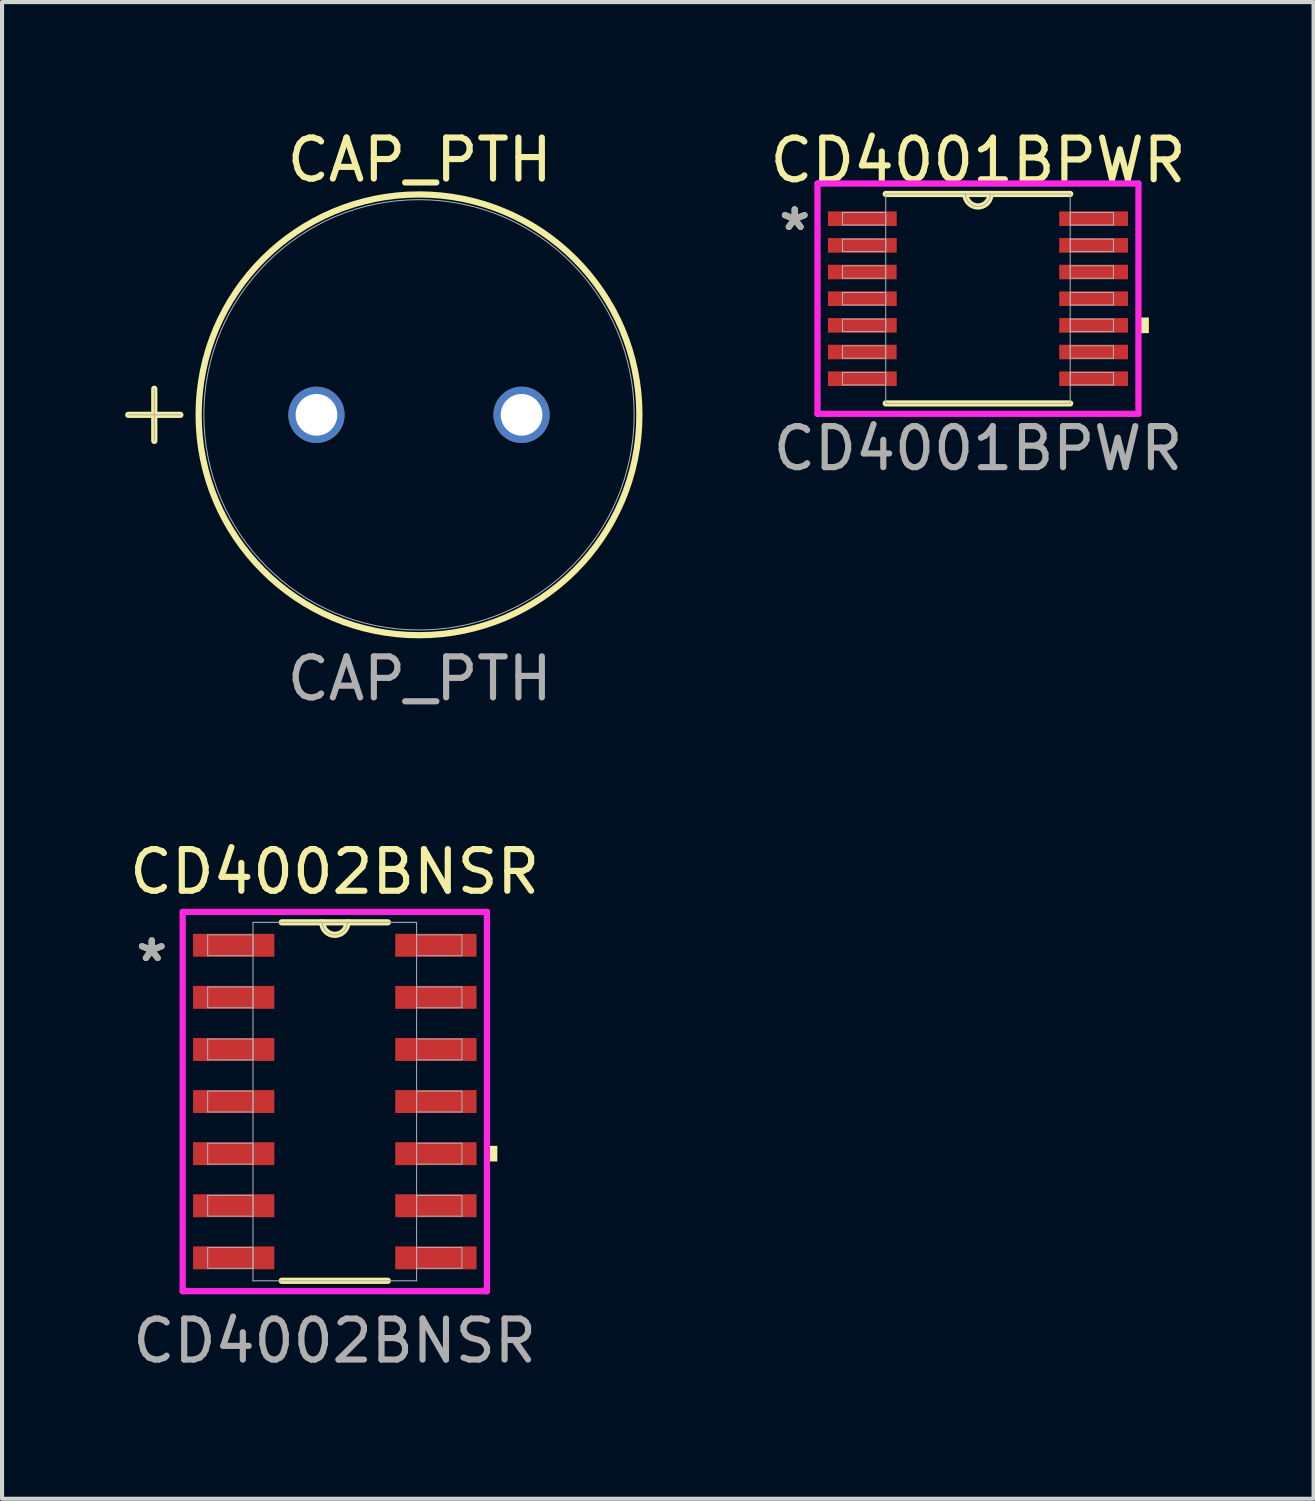
<source format=kicad_pcb>
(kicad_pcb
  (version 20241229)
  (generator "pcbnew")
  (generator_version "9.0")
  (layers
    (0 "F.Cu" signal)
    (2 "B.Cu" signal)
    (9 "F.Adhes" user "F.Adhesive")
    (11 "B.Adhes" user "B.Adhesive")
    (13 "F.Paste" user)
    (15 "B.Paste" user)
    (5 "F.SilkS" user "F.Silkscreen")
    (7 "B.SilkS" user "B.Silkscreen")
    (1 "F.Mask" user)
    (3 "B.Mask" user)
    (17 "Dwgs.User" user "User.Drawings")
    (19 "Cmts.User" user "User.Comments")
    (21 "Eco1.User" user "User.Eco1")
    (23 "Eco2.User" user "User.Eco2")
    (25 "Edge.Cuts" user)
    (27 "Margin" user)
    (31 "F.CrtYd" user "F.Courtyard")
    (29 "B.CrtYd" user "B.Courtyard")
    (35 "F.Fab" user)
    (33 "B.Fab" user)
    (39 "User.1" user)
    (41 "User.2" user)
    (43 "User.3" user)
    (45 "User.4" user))
  (footprint "CAP_PTH"
    (layer "F.Cu")
    (at 4.664 7.062)
    (property "Reference" "CAP_PTH" (at 2.518 -6.214 0) (unlocked yes) (layer "F.SilkS") (effects (font (size 1 1) (thickness 0.15))))
    (attr through_hole)
    (fp_line (start -4.588 0.000276) (end -3.318 0.000276) (stroke (width 0.152) (type solid)) (layer "F.SilkS"))
    (fp_line (start -3.953 -0.635) (end -3.953 0.635) (stroke (width 0.152) (type solid)) (layer "F.SilkS"))
    (fp_circle (center 2.5 0) (end 7.872 0) (stroke (width 0.152) (type solid)) (fill no) (layer "F.SilkS"))
    (fp_line (start -4.588 0.000276) (end -3.318 0.000276) (stroke (width 0.025) (type solid)) (layer "F.Fab"))
    (fp_line (start -3.953 -0.635) (end -3.953 0.635) (stroke (width 0.025) (type solid)) (layer "F.Fab"))
    (fp_circle (center 2.5 0) (end 7.745 0) (stroke (width 0.025) (type solid)) (fill no) (layer "F.Fab"))
    (fp_text user "${REFERENCE}" (at 2.518 6.433 0) (unlocked yes) (layer "F.Fab") (effects (font (size 1 1) (thickness 0.15))))
    (pad "1" thru_hole circle (at 0 0) (size 1.372 1.372) (drill 1.016) (layers "*.Cu" "*.Mask"))
    (pad "2" thru_hole circle (at 5 0) (size 1.372 1.372) (drill 1.016) (layers "*.Cu" "*.Mask")))
  (footprint "CD4001BPWR"
    (layer "F.Cu")
    (at 20.789 4.231)
    (property "Reference" "CD4001BPWR" (at 0.002 -3.373 0) (unlocked yes) (layer "F.SilkS") (effects (font (size 1.016 1.016) (thickness 0.15))))
    (attr smd)
    (fp_line (start -2.248 2.553) (end 2.248 2.553) (stroke (width 0.152) (type solid)) (layer "F.SilkS"))
    (fp_line (start 2.248 -2.553) (end -2.248 -2.553) (stroke (width 0.152) (type solid)) (layer "F.SilkS"))
    (fp_arc (start 0.3048 -2.5527) (mid 0 -2.2479) (end -0.3048 -2.5527) (stroke (width 0.1524) (type solid)) (layer "F.SilkS"))
    (fp_poly (pts (xy 4.166 0.459) (xy 4.166 0.84) (xy 3.912 0.84) (xy 3.912 0.459)) (stroke (width 0) (type solid)) (fill yes) (layer "F.SilkS"))
    (fp_line (start -3.912 -2.807) (end 3.912 -2.807) (stroke (width 0.152) (type solid)) (layer "F.CrtYd"))
    (fp_line (start -3.912 2.807) (end -3.912 -2.807) (stroke (width 0.152) (type solid)) (layer "F.CrtYd"))
    (fp_line (start 3.912 -2.807) (end 3.912 2.807) (stroke (width 0.152) (type solid)) (layer "F.CrtYd"))
    (fp_line (start 3.912 2.807) (end -3.912 2.807) (stroke (width 0.152) (type solid)) (layer "F.CrtYd"))
    (fp_line (start -3.302 -2.102) (end -3.302 -1.798) (stroke (width 0.025) (type solid)) (layer "F.Fab"))
    (fp_line (start -3.302 -1.798) (end -2.248 -1.798) (stroke (width 0.025) (type solid)) (layer "F.Fab"))
    (fp_line (start -3.302 -1.452) (end -3.302 -1.148) (stroke (width 0.025) (type solid)) (layer "F.Fab"))
    (fp_line (start -3.302 -1.148) (end -2.248 -1.148) (stroke (width 0.025) (type solid)) (layer "F.Fab"))
    (fp_line (start -3.302 -0.802) (end -3.302 -0.498) (stroke (width 0.025) (type solid)) (layer "F.Fab"))
    (fp_line (start -3.302 -0.498) (end -2.248 -0.498) (stroke (width 0.025) (type solid)) (layer "F.Fab"))
    (fp_line (start -3.302 -0.152) (end -3.302 0.152) (stroke (width 0.025) (type solid)) (layer "F.Fab"))
    (fp_line (start -3.302 0.152) (end -2.248 0.152) (stroke (width 0.025) (type solid)) (layer "F.Fab"))
    (fp_line (start -3.302 0.498) (end -3.302 0.802) (stroke (width 0.025) (type solid)) (layer "F.Fab"))
    (fp_line (start -3.302 0.802) (end -2.248 0.802) (stroke (width 0.025) (type solid)) (layer "F.Fab"))
    (fp_line (start -3.302 1.148) (end -3.302 1.452) (stroke (width 0.025) (type solid)) (layer "F.Fab"))
    (fp_line (start -3.302 1.452) (end -2.248 1.452) (stroke (width 0.025) (type solid)) (layer "F.Fab"))
    (fp_line (start -3.302 1.798) (end -3.302 2.102) (stroke (width 0.025) (type solid)) (layer "F.Fab"))
    (fp_line (start -3.302 2.102) (end -2.248 2.102) (stroke (width 0.025) (type solid)) (layer "F.Fab"))
    (fp_line (start -2.248 -2.553) (end -2.248 2.553) (stroke (width 0.025) (type solid)) (layer "F.Fab"))
    (fp_line (start -2.248 -2.102) (end -3.302 -2.102) (stroke (width 0.025) (type solid)) (layer "F.Fab"))
    (fp_line (start -2.248 -1.798) (end -2.248 -2.102) (stroke (width 0.025) (type solid)) (layer "F.Fab"))
    (fp_line (start -2.248 -1.452) (end -3.302 -1.452) (stroke (width 0.025) (type solid)) (layer "F.Fab"))
    (fp_line (start -2.248 -1.148) (end -2.248 -1.452) (stroke (width 0.025) (type solid)) (layer "F.Fab"))
    (fp_line (start -2.248 -0.802) (end -3.302 -0.802) (stroke (width 0.025) (type solid)) (layer "F.Fab"))
    (fp_line (start -2.248 -0.498) (end -2.248 -0.802) (stroke (width 0.025) (type solid)) (layer "F.Fab"))
    (fp_line (start -2.248 -0.152) (end -3.302 -0.152) (stroke (width 0.025) (type solid)) (layer "F.Fab"))
    (fp_line (start -2.248 0.152) (end -2.248 -0.152) (stroke (width 0.025) (type solid)) (layer "F.Fab"))
    (fp_line (start -2.248 0.498) (end -3.302 0.498) (stroke (width 0.025) (type solid)) (layer "F.Fab"))
    (fp_line (start -2.248 0.802) (end -2.248 0.498) (stroke (width 0.025) (type solid)) (layer "F.Fab"))
    (fp_line (start -2.248 1.148) (end -3.302 1.148) (stroke (width 0.025) (type solid)) (layer "F.Fab"))
    (fp_line (start -2.248 1.452) (end -2.248 1.148) (stroke (width 0.025) (type solid)) (layer "F.Fab"))
    (fp_line (start -2.248 1.798) (end -3.302 1.798) (stroke (width 0.025) (type solid)) (layer "F.Fab"))
    (fp_line (start -2.248 2.102) (end -2.248 1.798) (stroke (width 0.025) (type solid)) (layer "F.Fab"))
    (fp_line (start -2.248 2.553) (end 2.248 2.553) (stroke (width 0.025) (type solid)) (layer "F.Fab"))
    (fp_line (start 2.248 -2.553) (end -2.248 -2.553) (stroke (width 0.025) (type solid)) (layer "F.Fab"))
    (fp_line (start 2.248 -2.102) (end 2.248 -1.798) (stroke (width 0.025) (type solid)) (layer "F.Fab"))
    (fp_line (start 2.248 -1.798) (end 3.302 -1.798) (stroke (width 0.025) (type solid)) (layer "F.Fab"))
    (fp_line (start 2.248 -1.452) (end 2.248 -1.148) (stroke (width 0.025) (type solid)) (layer "F.Fab"))
    (fp_line (start 2.248 -1.148) (end 3.302 -1.148) (stroke (width 0.025) (type solid)) (layer "F.Fab"))
    (fp_line (start 2.248 -0.802) (end 2.248 -0.498) (stroke (width 0.025) (type solid)) (layer "F.Fab"))
    (fp_line (start 2.248 -0.498) (end 3.302 -0.498) (stroke (width 0.025) (type solid)) (layer "F.Fab"))
    (fp_line (start 2.248 -0.152) (end 2.248 0.152) (stroke (width 0.025) (type solid)) (layer "F.Fab"))
    (fp_line (start 2.248 0.152) (end 3.302 0.152) (stroke (width 0.025) (type solid)) (layer "F.Fab"))
    (fp_line (start 2.248 0.498) (end 2.248 0.802) (stroke (width 0.025) (type solid)) (layer "F.Fab"))
    (fp_line (start 2.248 0.802) (end 3.302 0.802) (stroke (width 0.025) (type solid)) (layer "F.Fab"))
    (fp_line (start 2.248 1.148) (end 2.248 1.452) (stroke (width 0.025) (type solid)) (layer "F.Fab"))
    (fp_line (start 2.248 1.452) (end 3.302 1.452) (stroke (width 0.025) (type solid)) (layer "F.Fab"))
    (fp_line (start 2.248 1.798) (end 2.248 2.102) (stroke (width 0.025) (type solid)) (layer "F.Fab"))
    (fp_line (start 2.248 2.102) (end 3.302 2.102) (stroke (width 0.025) (type solid)) (layer "F.Fab"))
    (fp_line (start 2.248 2.553) (end 2.248 -2.553) (stroke (width 0.025) (type solid)) (layer "F.Fab"))
    (fp_line (start 3.302 -2.102) (end 2.248 -2.102) (stroke (width 0.025) (type solid)) (layer "F.Fab"))
    (fp_line (start 3.302 -1.798) (end 3.302 -2.102) (stroke (width 0.025) (type solid)) (layer "F.Fab"))
    (fp_line (start 3.302 -1.452) (end 2.248 -1.452) (stroke (width 0.025) (type solid)) (layer "F.Fab"))
    (fp_line (start 3.302 -1.148) (end 3.302 -1.452) (stroke (width 0.025) (type solid)) (layer "F.Fab"))
    (fp_line (start 3.302 -0.802) (end 2.248 -0.802) (stroke (width 0.025) (type solid)) (layer "F.Fab"))
    (fp_line (start 3.302 -0.498) (end 3.302 -0.802) (stroke (width 0.025) (type solid)) (layer "F.Fab"))
    (fp_line (start 3.302 -0.152) (end 2.248 -0.152) (stroke (width 0.025) (type solid)) (layer "F.Fab"))
    (fp_line (start 3.302 0.152) (end 3.302 -0.152) (stroke (width 0.025) (type solid)) (layer "F.Fab"))
    (fp_line (start 3.302 0.498) (end 2.248 0.498) (stroke (width 0.025) (type solid)) (layer "F.Fab"))
    (fp_line (start 3.302 0.802) (end 3.302 0.498) (stroke (width 0.025) (type solid)) (layer "F.Fab"))
    (fp_line (start 3.302 1.148) (end 2.248 1.148) (stroke (width 0.025) (type solid)) (layer "F.Fab"))
    (fp_line (start 3.302 1.452) (end 3.302 1.148) (stroke (width 0.025) (type solid)) (layer "F.Fab"))
    (fp_line (start 3.302 1.798) (end 2.248 1.798) (stroke (width 0.025) (type solid)) (layer "F.Fab"))
    (fp_line (start 3.302 2.102) (end 3.302 1.798) (stroke (width 0.025) (type solid)) (layer "F.Fab"))
    (fp_arc (start 0.3048 -2.5527) (mid 0 -2.2479) (end -0.3048 -2.5527) (stroke (width 0.0254) (type solid)) (layer "F.Fab"))
    (fp_text user "*" (at -4.467 -1.634 0) (layer "F.SilkS") (effects (font (size 1 1) (thickness 0.15))))
    (fp_text user "${REFERENCE}" (at 0.002 3.651 0) (unlocked yes) (layer "F.Fab") (effects (font (size 1 1) (thickness 0.15))))
    (fp_text user "*" (at -4.467 -1.634 0) (layer "F.Fab") (effects (font (size 1 1) (thickness 0.15))))
    (pad "1" smd rect (at -2.819 -1.95) (size 1.676 0.356) (layers "F.Cu" "F.Mask" "F.Paste"))
    (pad "2" smd rect (at -2.819 -1.3) (size 1.676 0.356) (layers "F.Cu" "F.Mask" "F.Paste"))
    (pad "3" smd rect (at -2.819 -0.65) (size 1.676 0.356) (layers "F.Cu" "F.Mask" "F.Paste"))
    (pad "4" smd rect (at -2.819 0) (size 1.676 0.356) (layers "F.Cu" "F.Mask" "F.Paste"))
    (pad "5" smd rect (at -2.819 0.65) (size 1.676 0.356) (layers "F.Cu" "F.Mask" "F.Paste"))
    (pad "6" smd rect (at -2.819 1.3) (size 1.676 0.356) (layers "F.Cu" "F.Mask" "F.Paste"))
    (pad "7" smd rect (at -2.819 1.95) (size 1.676 0.356) (layers "F.Cu" "F.Mask" "F.Paste"))
    (pad "8" smd rect (at 2.819 1.95) (size 1.676 0.356) (layers "F.Cu" "F.Mask" "F.Paste"))
    (pad "9" smd rect (at 2.819 1.3) (size 1.676 0.356) (layers "F.Cu" "F.Mask" "F.Paste"))
    (pad "10" smd rect (at 2.819 0.65) (size 1.676 0.356) (layers "F.Cu" "F.Mask" "F.Paste"))
    (pad "11" smd rect (at 2.819 0) (size 1.676 0.356) (layers "F.Cu" "F.Mask" "F.Paste"))
    (pad "12" smd rect (at 2.819 -0.65) (size 1.676 0.356) (layers "F.Cu" "F.Mask" "F.Paste"))
    (pad "13" smd rect (at 2.819 -1.3) (size 1.676 0.356) (layers "F.Cu" "F.Mask" "F.Paste"))
    (pad "14" smd rect (at 2.819 -1.95) (size 1.676 0.356) (layers "F.Cu" "F.Mask" "F.Paste")))
  (footprint "CD4002BNSR"
    (layer "F.Cu")
    (at 5.111 23.802)
    (property "Reference" "CD4002BNSR" (at -0.004 -5.601 0) (unlocked yes) (layer "F.SilkS") (effects (font (size 1.016 1.016) (thickness 0.15))))
    (attr smd)
    (fp_line (start -1.293 4.369) (end 1.293 4.369) (stroke (width 0.152) (type solid)) (layer "F.SilkS"))
    (fp_line (start 1.293 -4.369) (end -1.293 -4.369) (stroke (width 0.152) (type solid)) (layer "F.SilkS"))
    (fp_arc (start 0.3048 -4.3688) (mid 0 -4.064) (end -0.3048 -4.3688) (stroke (width 0.1524) (type solid)) (layer "F.SilkS"))
    (fp_poly (pts (xy 3.962 1.079) (xy 3.962 1.46) (xy 3.708 1.46) (xy 3.708 1.079)) (stroke (width 0) (type solid)) (fill yes) (layer "F.SilkS"))
    (fp_line (start -3.708 -4.623) (end 3.708 -4.623) (stroke (width 0.152) (type solid)) (layer "F.CrtYd"))
    (fp_line (start -3.708 4.623) (end -3.708 -4.623) (stroke (width 0.152) (type solid)) (layer "F.CrtYd"))
    (fp_line (start 3.708 -4.623) (end 3.708 4.623) (stroke (width 0.152) (type solid)) (layer "F.CrtYd"))
    (fp_line (start 3.708 4.623) (end -3.708 4.623) (stroke (width 0.152) (type solid)) (layer "F.CrtYd"))
    (fp_line (start -3.099 -4.064) (end -3.099 -3.556) (stroke (width 0.025) (type solid)) (layer "F.Fab"))
    (fp_line (start -3.099 -3.556) (end -1.994 -3.556) (stroke (width 0.025) (type solid)) (layer "F.Fab"))
    (fp_line (start -3.099 -2.794) (end -3.099 -2.286) (stroke (width 0.025) (type solid)) (layer "F.Fab"))
    (fp_line (start -3.099 -2.286) (end -1.994 -2.286) (stroke (width 0.025) (type solid)) (layer "F.Fab"))
    (fp_line (start -3.099 -1.524) (end -3.099 -1.016) (stroke (width 0.025) (type solid)) (layer "F.Fab"))
    (fp_line (start -3.099 -1.016) (end -1.994 -1.016) (stroke (width 0.025) (type solid)) (layer "F.Fab"))
    (fp_line (start -3.099 -0.254) (end -3.099 0.254) (stroke (width 0.025) (type solid)) (layer "F.Fab"))
    (fp_line (start -3.099 0.254) (end -1.994 0.254) (stroke (width 0.025) (type solid)) (layer "F.Fab"))
    (fp_line (start -3.099 1.016) (end -3.099 1.524) (stroke (width 0.025) (type solid)) (layer "F.Fab"))
    (fp_line (start -3.099 1.524) (end -1.994 1.524) (stroke (width 0.025) (type solid)) (layer "F.Fab"))
    (fp_line (start -3.099 2.286) (end -3.099 2.794) (stroke (width 0.025) (type solid)) (layer "F.Fab"))
    (fp_line (start -3.099 2.794) (end -1.994 2.794) (stroke (width 0.025) (type solid)) (layer "F.Fab"))
    (fp_line (start -3.099 3.556) (end -3.099 4.064) (stroke (width 0.025) (type solid)) (layer "F.Fab"))
    (fp_line (start -3.099 4.064) (end -1.994 4.064) (stroke (width 0.025) (type solid)) (layer "F.Fab"))
    (fp_line (start -1.994 -4.369) (end -1.994 4.369) (stroke (width 0.025) (type solid)) (layer "F.Fab"))
    (fp_line (start -1.994 -4.064) (end -3.099 -4.064) (stroke (width 0.025) (type solid)) (layer "F.Fab"))
    (fp_line (start -1.994 -3.556) (end -1.994 -4.064) (stroke (width 0.025) (type solid)) (layer "F.Fab"))
    (fp_line (start -1.994 -2.794) (end -3.099 -2.794) (stroke (width 0.025) (type solid)) (layer "F.Fab"))
    (fp_line (start -1.994 -2.286) (end -1.994 -2.794) (stroke (width 0.025) (type solid)) (layer "F.Fab"))
    (fp_line (start -1.994 -1.524) (end -3.099 -1.524) (stroke (width 0.025) (type solid)) (layer "F.Fab"))
    (fp_line (start -1.994 -1.016) (end -1.994 -1.524) (stroke (width 0.025) (type solid)) (layer "F.Fab"))
    (fp_line (start -1.994 -0.254) (end -3.099 -0.254) (stroke (width 0.025) (type solid)) (layer "F.Fab"))
    (fp_line (start -1.994 0.254) (end -1.994 -0.254) (stroke (width 0.025) (type solid)) (layer "F.Fab"))
    (fp_line (start -1.994 1.016) (end -3.099 1.016) (stroke (width 0.025) (type solid)) (layer "F.Fab"))
    (fp_line (start -1.994 1.524) (end -1.994 1.016) (stroke (width 0.025) (type solid)) (layer "F.Fab"))
    (fp_line (start -1.994 2.286) (end -3.099 2.286) (stroke (width 0.025) (type solid)) (layer "F.Fab"))
    (fp_line (start -1.994 2.794) (end -1.994 2.286) (stroke (width 0.025) (type solid)) (layer "F.Fab"))
    (fp_line (start -1.994 3.556) (end -3.099 3.556) (stroke (width 0.025) (type solid)) (layer "F.Fab"))
    (fp_line (start -1.994 4.064) (end -1.994 3.556) (stroke (width 0.025) (type solid)) (layer "F.Fab"))
    (fp_line (start -1.994 4.369) (end 1.994 4.369) (stroke (width 0.025) (type solid)) (layer "F.Fab"))
    (fp_line (start 1.994 -4.369) (end -1.994 -4.369) (stroke (width 0.025) (type solid)) (layer "F.Fab"))
    (fp_line (start 1.994 -4.064) (end 1.994 -3.556) (stroke (width 0.025) (type solid)) (layer "F.Fab"))
    (fp_line (start 1.994 -3.556) (end 3.099 -3.556) (stroke (width 0.025) (type solid)) (layer "F.Fab"))
    (fp_line (start 1.994 -2.794) (end 1.994 -2.286) (stroke (width 0.025) (type solid)) (layer "F.Fab"))
    (fp_line (start 1.994 -2.286) (end 3.099 -2.286) (stroke (width 0.025) (type solid)) (layer "F.Fab"))
    (fp_line (start 1.994 -1.524) (end 1.994 -1.016) (stroke (width 0.025) (type solid)) (layer "F.Fab"))
    (fp_line (start 1.994 -1.016) (end 3.099 -1.016) (stroke (width 0.025) (type solid)) (layer "F.Fab"))
    (fp_line (start 1.994 -0.254) (end 1.994 0.254) (stroke (width 0.025) (type solid)) (layer "F.Fab"))
    (fp_line (start 1.994 0.254) (end 3.099 0.254) (stroke (width 0.025) (type solid)) (layer "F.Fab"))
    (fp_line (start 1.994 1.016) (end 1.994 1.524) (stroke (width 0.025) (type solid)) (layer "F.Fab"))
    (fp_line (start 1.994 1.524) (end 3.099 1.524) (stroke (width 0.025) (type solid)) (layer "F.Fab"))
    (fp_line (start 1.994 2.286) (end 1.994 2.794) (stroke (width 0.025) (type solid)) (layer "F.Fab"))
    (fp_line (start 1.994 2.794) (end 3.099 2.794) (stroke (width 0.025) (type solid)) (layer "F.Fab"))
    (fp_line (start 1.994 3.556) (end 1.994 4.064) (stroke (width 0.025) (type solid)) (layer "F.Fab"))
    (fp_line (start 1.994 4.064) (end 3.099 4.064) (stroke (width 0.025) (type solid)) (layer "F.Fab"))
    (fp_line (start 1.994 4.369) (end 1.994 -4.369) (stroke (width 0.025) (type solid)) (layer "F.Fab"))
    (fp_line (start 3.099 -4.064) (end 1.994 -4.064) (stroke (width 0.025) (type solid)) (layer "F.Fab"))
    (fp_line (start 3.099 -3.556) (end 3.099 -4.064) (stroke (width 0.025) (type solid)) (layer "F.Fab"))
    (fp_line (start 3.099 -2.794) (end 1.994 -2.794) (stroke (width 0.025) (type solid)) (layer "F.Fab"))
    (fp_line (start 3.099 -2.286) (end 3.099 -2.794) (stroke (width 0.025) (type solid)) (layer "F.Fab"))
    (fp_line (start 3.099 -1.524) (end 1.994 -1.524) (stroke (width 0.025) (type solid)) (layer "F.Fab"))
    (fp_line (start 3.099 -1.016) (end 3.099 -1.524) (stroke (width 0.025) (type solid)) (layer "F.Fab"))
    (fp_line (start 3.099 -0.254) (end 1.994 -0.254) (stroke (width 0.025) (type solid)) (layer "F.Fab"))
    (fp_line (start 3.099 0.254) (end 3.099 -0.254) (stroke (width 0.025) (type solid)) (layer "F.Fab"))
    (fp_line (start 3.099 1.016) (end 1.994 1.016) (stroke (width 0.025) (type solid)) (layer "F.Fab"))
    (fp_line (start 3.099 1.524) (end 3.099 1.016) (stroke (width 0.025) (type solid)) (layer "F.Fab"))
    (fp_line (start 3.099 2.286) (end 1.994 2.286) (stroke (width 0.025) (type solid)) (layer "F.Fab"))
    (fp_line (start 3.099 2.794) (end 3.099 2.286) (stroke (width 0.025) (type solid)) (layer "F.Fab"))
    (fp_line (start 3.099 3.556) (end 1.994 3.556) (stroke (width 0.025) (type solid)) (layer "F.Fab"))
    (fp_line (start 3.099 4.064) (end 3.099 3.556) (stroke (width 0.025) (type solid)) (layer "F.Fab"))
    (fp_arc (start 0.3048 -4.3688) (mid 0 -4.064) (end -0.3048 -4.3688) (stroke (width 0.0254) (type solid)) (layer "F.Fab"))
    (fp_text user "*" (at -4.462 -3.384 0) (layer "F.SilkS") (effects (font (size 1 1) (thickness 0.15))))
    (fp_text user "${REFERENCE}" (at -0.004 5.834 0) (unlocked yes) (layer "F.Fab") (effects (font (size 1 1) (thickness 0.15))))
    (fp_text user "*" (at -4.462 -3.384 0) (layer "F.Fab") (effects (font (size 1 1) (thickness 0.15))))
    (pad "1" smd rect (at -2.464 -3.81) (size 1.981 0.559) (layers "F.Cu" "F.Mask" "F.Paste"))
    (pad "2" smd rect (at -2.464 -2.54) (size 1.981 0.559) (layers "F.Cu" "F.Mask" "F.Paste"))
    (pad "3" smd rect (at -2.464 -1.27) (size 1.981 0.559) (layers "F.Cu" "F.Mask" "F.Paste"))
    (pad "4" smd rect (at -2.464 0) (size 1.981 0.559) (layers "F.Cu" "F.Mask" "F.Paste"))
    (pad "5" smd rect (at -2.464 1.27) (size 1.981 0.559) (layers "F.Cu" "F.Mask" "F.Paste"))
    (pad "6" smd rect (at -2.464 2.54) (size 1.981 0.559) (layers "F.Cu" "F.Mask" "F.Paste"))
    (pad "7" smd rect (at -2.464 3.81) (size 1.981 0.559) (layers "F.Cu" "F.Mask" "F.Paste"))
    (pad "8" smd rect (at 2.464 3.81) (size 1.981 0.559) (layers "F.Cu" "F.Mask" "F.Paste"))
    (pad "9" smd rect (at 2.464 2.54) (size 1.981 0.559) (layers "F.Cu" "F.Mask" "F.Paste"))
    (pad "10" smd rect (at 2.464 1.27) (size 1.981 0.559) (layers "F.Cu" "F.Mask" "F.Paste"))
    (pad "11" smd rect (at 2.464 0) (size 1.981 0.559) (layers "F.Cu" "F.Mask" "F.Paste"))
    (pad "12" smd rect (at 2.464 -1.27) (size 1.981 0.559) (layers "F.Cu" "F.Mask" "F.Paste"))
    (pad "13" smd rect (at 2.464 -2.54) (size 1.981 0.559) (layers "F.Cu" "F.Mask" "F.Paste"))
    (pad "14" smd rect (at 2.464 -3.81) (size 1.981 0.559) (layers "F.Cu" "F.Mask" "F.Paste")))
  (gr_rect
    (start -3 -3)
    (end 28.97 33.484)
    (stroke (width 0.1) (type default))
    (fill no)
    (layer "Edge.Cuts")))
</source>
